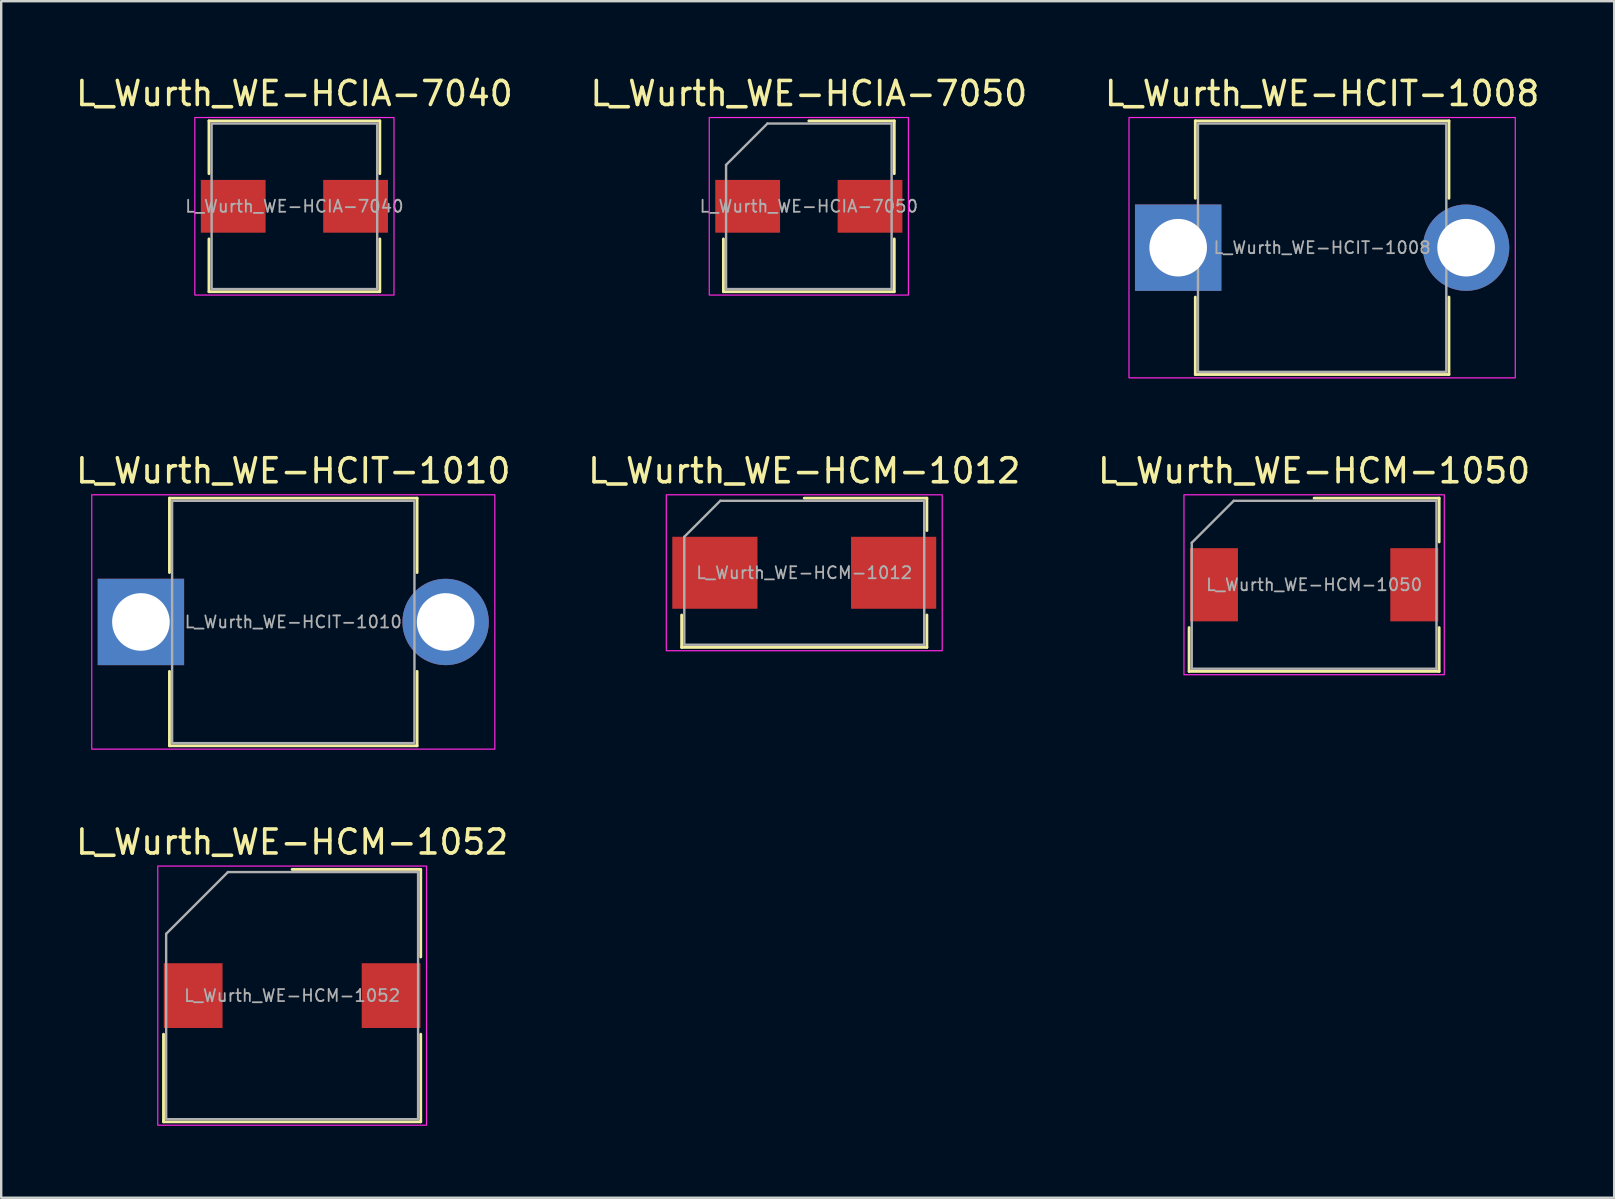
<source format=kicad_pcb>
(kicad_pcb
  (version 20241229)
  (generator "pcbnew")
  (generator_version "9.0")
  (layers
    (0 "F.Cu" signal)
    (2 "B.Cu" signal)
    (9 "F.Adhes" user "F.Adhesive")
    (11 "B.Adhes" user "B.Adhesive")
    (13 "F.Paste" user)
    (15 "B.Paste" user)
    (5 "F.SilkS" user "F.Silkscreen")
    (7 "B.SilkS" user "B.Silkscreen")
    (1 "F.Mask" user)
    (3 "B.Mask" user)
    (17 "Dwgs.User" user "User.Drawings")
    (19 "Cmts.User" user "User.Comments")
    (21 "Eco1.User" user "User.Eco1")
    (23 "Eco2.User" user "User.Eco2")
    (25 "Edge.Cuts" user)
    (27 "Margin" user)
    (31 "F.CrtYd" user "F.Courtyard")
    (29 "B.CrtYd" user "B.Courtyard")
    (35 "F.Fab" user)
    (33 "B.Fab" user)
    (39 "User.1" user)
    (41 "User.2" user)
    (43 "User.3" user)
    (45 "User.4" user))
  (footprint "L_Wurth_WE-HCIA-7040"
    (layer "F.Cu")
    (at 9.22 5.548)
    (property "Reference" "L_Wurth_WE-HCIA-7040" (at 0 -4.7 0) (unlocked yes) (layer "F.SilkS") (effects (font (size 1 1) (thickness 0.15))))
    (attr smd)
    (fp_line (start -3.56 -3.56) (end -3.56 -1.36) (stroke (width 0.12) (type solid)) (layer "F.SilkS"))
    (fp_line (start -3.56 -3.56) (end 3.56 -3.56) (stroke (width 0.12) (type solid)) (layer "F.SilkS"))
    (fp_line (start -3.56 3.56) (end -3.56 1.36) (stroke (width 0.12) (type solid)) (layer "F.SilkS"))
    (fp_line (start -3.56 3.56) (end 3.56 3.56) (stroke (width 0.12) (type solid)) (layer "F.SilkS"))
    (fp_line (start 3.56 -3.56) (end 3.56 -1.36) (stroke (width 0.12) (type solid)) (layer "F.SilkS"))
    (fp_line (start 3.56 3.56) (end 3.56 1.36) (stroke (width 0.12) (type solid)) (layer "F.SilkS"))
    (fp_rect (start -4.15 -3.7) (end 4.15 3.7) (stroke (width 0.05) (type solid)) (fill no) (layer "F.CrtYd"))
    (fp_rect (start -3.45 -3.45) (end 3.45 3.45) (stroke (width 0.1) (type solid)) (fill no) (layer "F.Fab"))
    (fp_text user "${REFERENCE}" (at 0 0 0) (unlocked yes) (layer "F.Fab") (effects (font (size 0.5 0.5) (thickness 0.075))))
    (pad "1" smd rect (at -2.55 0) (size 2.7 2.2) (layers "F.Cu" "F.Mask" "F.Paste"))
    (pad "2" smd rect (at 2.55 0) (size 2.7 2.2) (layers "F.Cu" "F.Mask" "F.Paste")))
  (footprint "L_Wurth_WE-HCIA-7050"
    (layer "F.Cu")
    (at 30.661 5.548)
    (property "Reference" "L_Wurth_WE-HCIA-7050" (at 0 -4.7 0) (unlocked yes) (layer "F.SilkS") (effects (font (size 1 1) (thickness 0.15))))
    (attr smd)
    (fp_line (start -3.56 3.56) (end -3.56 1.36) (stroke (width 0.12) (type solid)) (layer "F.SilkS"))
    (fp_line (start -3.56 3.56) (end 3.56 3.56) (stroke (width 0.12) (type solid)) (layer "F.SilkS"))
    (fp_line (start 0 -3.56) (end 3.56 -3.56) (stroke (width 0.12) (type solid)) (layer "F.SilkS"))
    (fp_line (start 3.56 -3.56) (end 3.56 -1.36) (stroke (width 0.12) (type solid)) (layer "F.SilkS"))
    (fp_line (start 3.56 3.56) (end 3.56 1.36) (stroke (width 0.12) (type solid)) (layer "F.SilkS"))
    (fp_rect (start -4.15 -3.7) (end 4.15 3.7) (stroke (width 0.05) (type solid)) (fill no) (layer "F.CrtYd"))
    (fp_line (start -3.45 -1.725) (end -3.45 3.45) (stroke (width 0.1) (type solid)) (layer "F.Fab"))
    (fp_line (start -3.45 3.45) (end 3.45 3.45) (stroke (width 0.1) (type solid)) (layer "F.Fab"))
    (fp_line (start -1.725 -3.45) (end -3.45 -1.725) (stroke (width 0.1) (type solid)) (layer "F.Fab"))
    (fp_line (start 3.45 -3.45) (end -1.725 -3.45) (stroke (width 0.1) (type solid)) (layer "F.Fab"))
    (fp_line (start 3.45 3.45) (end 3.45 -3.45) (stroke (width 0.1) (type solid)) (layer "F.Fab"))
    (fp_text user "${REFERENCE}" (at 0 0 0) (unlocked yes) (layer "F.Fab") (effects (font (size 0.5 0.5) (thickness 0.075))))
    (pad "1" smd rect (at -2.55 0) (size 2.7 2.2) (layers "F.Cu" "F.Mask" "F.Paste"))
    (pad "2" smd rect (at 2.55 0) (size 2.7 2.2) (layers "F.Cu" "F.Mask" "F.Paste")))
  (footprint "L_Wurth_WE-HCM-1052"
    (layer "F.Cu")
    (at 9.125 38.445)
    (property "Reference" "L_Wurth_WE-HCM-1052" (at 0 -6.4 0) (unlocked yes) (layer "F.SilkS") (effects (font (size 1 1) (thickness 0.15))))
    (attr smd)
    (fp_line (start -5.36 5.26) (end -5.36 1.61) (stroke (width 0.12) (type solid)) (layer "F.SilkS"))
    (fp_line (start -5.36 5.26) (end 5.36 5.26) (stroke (width 0.12) (type solid)) (layer "F.SilkS"))
    (fp_line (start 0 -5.26) (end 5.36 -5.26) (stroke (width 0.12) (type solid)) (layer "F.SilkS"))
    (fp_line (start 5.36 -5.26) (end 5.36 -1.61) (stroke (width 0.12) (type solid)) (layer "F.SilkS"))
    (fp_line (start 5.36 5.26) (end 5.36 1.61) (stroke (width 0.12) (type solid)) (layer "F.SilkS"))
    (fp_rect (start -5.6 -5.4) (end 5.6 5.4) (stroke (width 0.05) (type solid)) (fill no) (layer "F.CrtYd"))
    (fp_line (start -5.25 -2.575) (end -5.25 5.15) (stroke (width 0.1) (type solid)) (layer "F.Fab"))
    (fp_line (start -5.25 5.15) (end 5.25 5.15) (stroke (width 0.1) (type solid)) (layer "F.Fab"))
    (fp_line (start -2.675 -5.15) (end -5.25 -2.575) (stroke (width 0.1) (type solid)) (layer "F.Fab"))
    (fp_line (start 5.25 -5.15) (end -2.675 -5.15) (stroke (width 0.1) (type solid)) (layer "F.Fab"))
    (fp_line (start 5.25 5.15) (end 5.25 -5.15) (stroke (width 0.1) (type solid)) (layer "F.Fab"))
    (fp_text user "${REFERENCE}" (at 0 0 0) (unlocked yes) (layer "F.Fab") (effects (font (size 0.5 0.5) (thickness 0.075))))
    (pad "1" smd rect (at -4.125 0) (size 2.45 2.7) (layers "F.Cu" "F.Mask" "F.Paste"))
    (pad "2" smd rect (at 4.125 0) (size 2.45 2.7) (layers "F.Cu" "F.Mask" "F.Paste")))
  (footprint "L_Wurth_WE-HCIT-1010"
    (layer "F.Cu")
    (at 2.823 22.872)
    (property "Reference" "L_Wurth_WE-HCIT-1010" (at 6.35 -6.3 0) (unlocked yes) (layer "F.SilkS") (effects (font (size 1 1) (thickness 0.15))))
    (attr through_hole)
    (fp_line (start 1.19 -5.16) (end 1.19 -2.06) (stroke (width 0.12) (type solid)) (layer "F.SilkS"))
    (fp_line (start 1.19 -5.16) (end 11.51 -5.16) (stroke (width 0.12) (type solid)) (layer "F.SilkS"))
    (fp_line (start 1.19 5.16) (end 1.19 2.06) (stroke (width 0.12) (type solid)) (layer "F.SilkS"))
    (fp_line (start 1.19 5.16) (end 11.51 5.16) (stroke (width 0.12) (type solid)) (layer "F.SilkS"))
    (fp_line (start 11.51 -5.16) (end 11.51 -2.06) (stroke (width 0.12) (type solid)) (layer "F.SilkS"))
    (fp_line (start 11.51 5.16) (end 11.51 2.06) (stroke (width 0.12) (type solid)) (layer "F.SilkS"))
    (fp_rect (start -2.05 -5.3) (end 14.75 5.3) (stroke (width 0.05) (type solid)) (fill no) (layer "F.CrtYd"))
    (fp_rect (start 1.3 -5.05) (end 11.4 5.05) (stroke (width 0.1) (type solid)) (fill no) (layer "F.Fab"))
    (fp_text user "${REFERENCE}" (at 6.35 0 0) (unlocked yes) (layer "F.Fab") (effects (font (size 0.5 0.5) (thickness 0.075))))
    (pad "1" thru_hole rect (at 0 0) (size 3.6 3.6) (drill 2.4) (layers "*.Cu" "*.Mask"))
    (pad "2" thru_hole circle (at 12.7 0) (size 3.6 3.6) (drill 2.4) (layers "*.Cu" "*.Mask")))
  (footprint "L_Wurth_WE-HCM-1050"
    (layer "F.Cu")
    (at 51.72 21.322)
    (property "Reference" "L_Wurth_WE-HCM-1050" (at 0 -4.75 0) (unlocked yes) (layer "F.SilkS") (effects (font (size 1 1) (thickness 0.15))))
    (attr smd)
    (fp_line (start -5.21 3.61) (end -5.21 1.785) (stroke (width 0.12) (type solid)) (layer "F.SilkS"))
    (fp_line (start -5.21 3.61) (end 5.21 3.61) (stroke (width 0.12) (type solid)) (layer "F.SilkS"))
    (fp_line (start 0 -3.61) (end 5.21 -3.61) (stroke (width 0.12) (type solid)) (layer "F.SilkS"))
    (fp_line (start 5.21 -3.61) (end 5.21 -1.785) (stroke (width 0.12) (type solid)) (layer "F.SilkS"))
    (fp_line (start 5.21 3.61) (end 5.21 1.785) (stroke (width 0.12) (type solid)) (layer "F.SilkS"))
    (fp_rect (start -5.425 -3.75) (end 5.425 3.75) (stroke (width 0.05) (type solid)) (fill no) (layer "F.CrtYd"))
    (fp_line (start -5.1 -1.75) (end -5.1 3.5) (stroke (width 0.1) (type solid)) (layer "F.Fab"))
    (fp_line (start -5.1 3.5) (end 5.1 3.5) (stroke (width 0.1) (type solid)) (layer "F.Fab"))
    (fp_line (start -3.35 -3.5) (end -5.1 -1.75) (stroke (width 0.1) (type solid)) (layer "F.Fab"))
    (fp_line (start 5.1 -3.5) (end -3.35 -3.5) (stroke (width 0.1) (type solid)) (layer "F.Fab"))
    (fp_line (start 5.1 3.5) (end 5.1 -3.5) (stroke (width 0.1) (type solid)) (layer "F.Fab"))
    (fp_text user "${REFERENCE}" (at 0 0 0) (unlocked yes) (layer "F.Fab") (effects (font (size 0.5 0.5) (thickness 0.075))))
    (pad "1" smd rect (at -4.175 0) (size 2 3.05) (layers "F.Cu" "F.Mask" "F.Paste"))
    (pad "2" smd rect (at 4.175 0) (size 2 3.05) (layers "F.Cu" "F.Mask" "F.Paste")))
  (footprint "L_Wurth_WE-HCM-1012"
    (layer "F.Cu")
    (at 30.47 20.822)
    (property "Reference" "L_Wurth_WE-HCM-1012" (at 0 -4.25 0) (unlocked yes) (layer "F.SilkS") (effects (font (size 1 1) (thickness 0.15))))
    (attr smd)
    (fp_line (start -5.11 3.11) (end -5.11 1.76) (stroke (width 0.12) (type solid)) (layer "F.SilkS"))
    (fp_line (start -5.11 3.11) (end 5.11 3.11) (stroke (width 0.12) (type solid)) (layer "F.SilkS"))
    (fp_line (start 0 -3.11) (end 5.11 -3.11) (stroke (width 0.12) (type solid)) (layer "F.SilkS"))
    (fp_line (start 5.11 -3.11) (end 5.11 -1.76) (stroke (width 0.12) (type solid)) (layer "F.SilkS"))
    (fp_line (start 5.11 3.11) (end 5.11 1.76) (stroke (width 0.12) (type solid)) (layer "F.SilkS"))
    (fp_rect (start -5.75 -3.25) (end 5.75 3.25) (stroke (width 0.05) (type solid)) (fill no) (layer "F.CrtYd"))
    (fp_line (start -5 -1.5) (end -5 3) (stroke (width 0.1) (type solid)) (layer "F.Fab"))
    (fp_line (start -5 3) (end 5 3) (stroke (width 0.1) (type solid)) (layer "F.Fab"))
    (fp_line (start -3.5 -3) (end -5 -1.5) (stroke (width 0.1) (type solid)) (layer "F.Fab"))
    (fp_line (start 5 -3) (end -3.5 -3) (stroke (width 0.1) (type solid)) (layer "F.Fab"))
    (fp_line (start 5 3) (end 5 -3) (stroke (width 0.1) (type solid)) (layer "F.Fab"))
    (fp_text user "${REFERENCE}" (at 0 0 0) (unlocked yes) (layer "F.Fab") (effects (font (size 0.5 0.5) (thickness 0.075))))
    (pad "1" smd rect (at -3.725 0) (size 3.55 3) (layers "F.Cu" "F.Mask" "F.Paste"))
    (pad "2" smd rect (at 3.725 0) (size 3.55 3) (layers "F.Cu" "F.Mask" "F.Paste")))
  (footprint "L_Wurth_WE-HCIT-1008"
    (layer "F.Cu")
    (at 46.054 7.273)
    (property "Reference" "L_Wurth_WE-HCIT-1008" (at 6 -6.425 0) (unlocked yes) (layer "F.SilkS") (effects (font (size 1 1) (thickness 0.15))))
    (attr through_hole)
    (fp_line (start 0.715 -5.285) (end 0.715 -2.06) (stroke (width 0.12) (type solid)) (layer "F.SilkS"))
    (fp_line (start 0.715 -5.285) (end 11.285 -5.285) (stroke (width 0.12) (type solid)) (layer "F.SilkS"))
    (fp_line (start 0.715 5.285) (end 0.715 2.06) (stroke (width 0.12) (type solid)) (layer "F.SilkS"))
    (fp_line (start 0.715 5.285) (end 11.285 5.285) (stroke (width 0.12) (type solid)) (layer "F.SilkS"))
    (fp_line (start 11.285 -5.285) (end 11.285 -2.06) (stroke (width 0.12) (type solid)) (layer "F.SilkS"))
    (fp_line (start 11.285 5.285) (end 11.285 2.06) (stroke (width 0.12) (type solid)) (layer "F.SilkS"))
    (fp_rect (start -2.05 -5.425) (end 14.05 5.425) (stroke (width 0.05) (type solid)) (fill no) (layer "F.CrtYd"))
    (fp_rect (start 0.825 -5.175) (end 11.175 5.175) (stroke (width 0.1) (type solid)) (fill no) (layer "F.Fab"))
    (fp_text user "${REFERENCE}" (at 6 0 0) (unlocked yes) (layer "F.Fab") (effects (font (size 0.5 0.5) (thickness 0.075))))
    (pad "1" thru_hole rect (at 0 0) (size 3.6 3.6) (drill 2.4) (layers "*.Cu" "*.Mask"))
    (pad "2" thru_hole circle (at 12 0) (size 3.6 3.6) (drill 2.4) (layers "*.Cu" "*.Mask")))
  (gr_rect
    (start -3 -3)
    (end 64.226 46.87)
    (stroke (width 0.1) (type default))
    (fill no)
    (layer "Edge.Cuts")))
</source>
